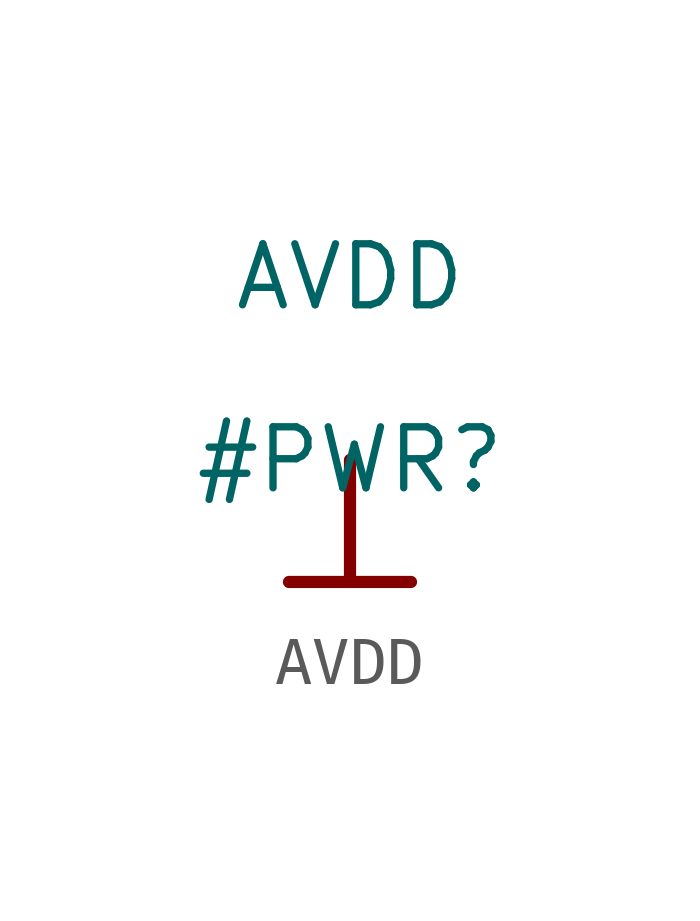
<source format=kicad_sym>
(kicad_symbol_lib
  (version 20241209)
  (generator "kicad_symbol_editor")
  (generator_version "9.0")
  (symbol "AVDD"
    (power)
    (property "Reference" "#PWR"
      (at 0 0 0)
      (effects (font (size 1.27 1.27))))
    (property "Value" "AVDD"
      (at 0 3.81 0)
      (effects (font (size 1.27 1.27))))
    (symbol "AVDD_0_0"
      (polyline (pts (xy -1.27 -2.54) (xy 1.27 -2.54)) (stroke (width 0.254) (type solid)) (fill (type none)))
      (polyline (pts (xy 0 0) (xy 0 -2.54)) (stroke (width 0.254) (type solid)) (fill (type none)))
      (pin power_in line (at 0 0 0) (length 0) (hide yes) (name "AVDD" (effects (font (size 1.27 1.27)))) (number "" (effects (font (size 1.27 1.27))))))))
</source>
